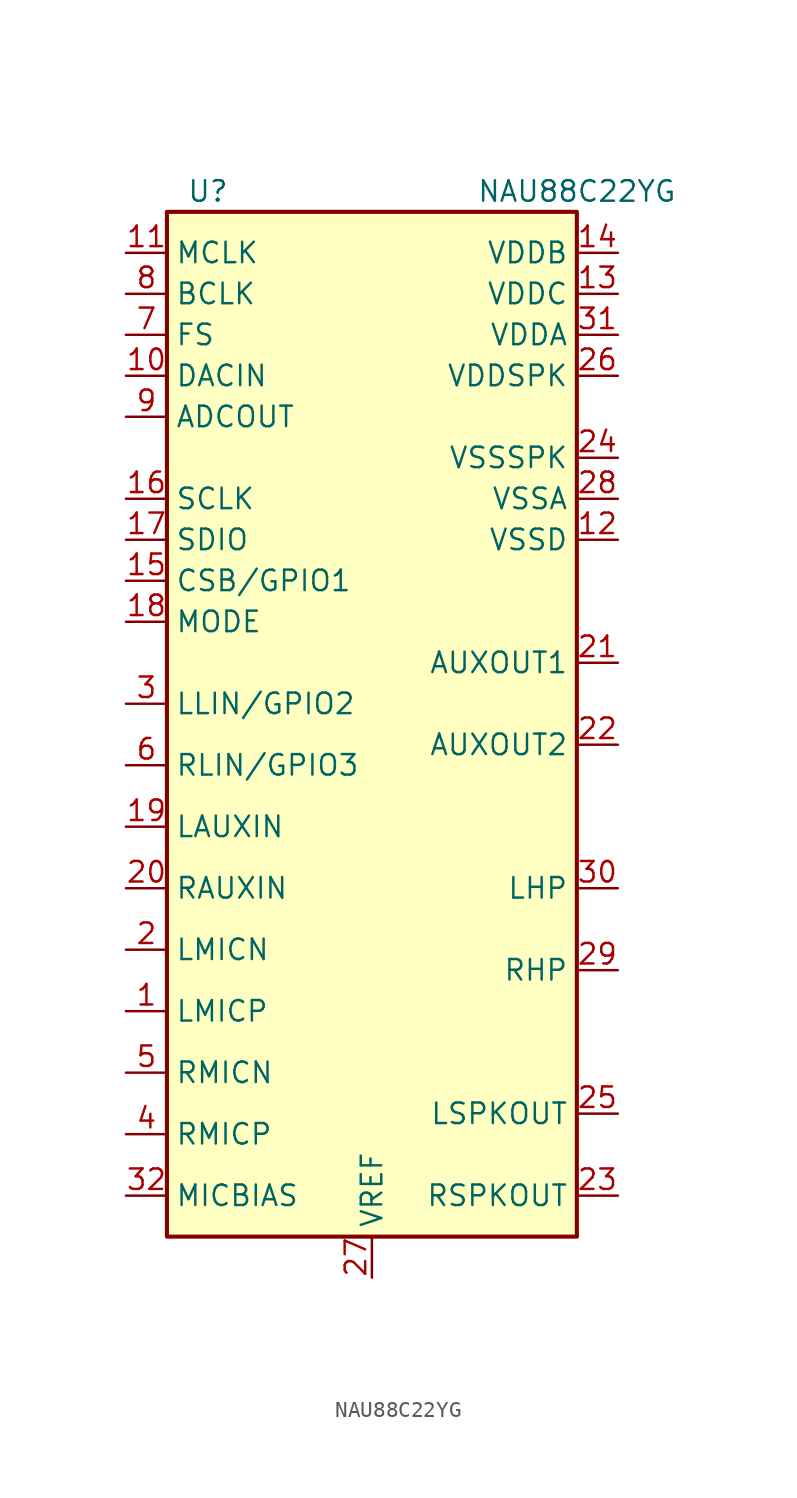
<source format=kicad_sym>
(kicad_symbol_lib
  (version 20241209)
  (generator "kicad_symbol_editor")
  (generator_version "9.0")
  (symbol "NAU88C22YG"
    (property "Reference" "U"
      (at -10.16 31.75 0)
      (effects (font (size 1.27 1.27))))
    (property "Value" "NAU88C22YG"
      (at 12.7 31.75 0)
      (effects (font (size 1.27 1.27))))
    (symbol "NAU88C22YG_0_1"
      (rectangle (start -12.7 30.48) (end 12.7 -33.02) (stroke (width 0.254) (type default)) (fill (type background))))
    (symbol "NAU88C22YG_1_1"
      (pin input line (at -15.24 27.94 0) (length 2.54) (name "MCLK" (effects (font (size 1.27 1.27)))) (number "11" (effects (font (size 1.27 1.27)))))
      (pin bidirectional line (at -15.24 25.4 0) (length 2.54) (name "BCLK" (effects (font (size 1.27 1.27)))) (number "8" (effects (font (size 1.27 1.27)))))
      (pin bidirectional line (at -15.24 22.86 0) (length 2.54) (name "FS" (effects (font (size 1.27 1.27)))) (number "7" (effects (font (size 1.27 1.27)))))
      (pin input line (at -15.24 20.32 0) (length 2.54) (name "DACIN" (effects (font (size 1.27 1.27)))) (number "10" (effects (font (size 1.27 1.27)))))
      (pin output line (at -15.24 17.78 0) (length 2.54) (name "ADCOUT" (effects (font (size 1.27 1.27)))) (number "9" (effects (font (size 1.27 1.27)))))
      (pin input line (at -15.24 12.7 0) (length 2.54) (name "SCLK" (effects (font (size 1.27 1.27)))) (number "16" (effects (font (size 1.27 1.27)))))
      (pin input line (at -15.24 10.16 0) (length 2.54) (name "SDIO" (effects (font (size 1.27 1.27)))) (number "17" (effects (font (size 1.27 1.27)))))
      (pin bidirectional line (at -15.24 7.62 0) (length 2.54) (name "CSB/GPIO1" (effects (font (size 1.27 1.27)))) (number "15" (effects (font (size 1.27 1.27)))))
      (pin input line (at -15.24 5.08 0) (length 2.54) (name "MODE" (effects (font (size 1.27 1.27)))) (number "18" (effects (font (size 1.27 1.27)))))
      (pin bidirectional line (at -15.24 0 0) (length 2.54) (name "LLIN/GPIO2" (effects (font (size 1.27 1.27)))) (number "3" (effects (font (size 1.27 1.27)))))
      (pin bidirectional line (at -15.24 -3.81 0) (length 2.54) (name "RLIN/GPIO3" (effects (font (size 1.27 1.27)))) (number "6" (effects (font (size 1.27 1.27)))))
      (pin input line (at -15.24 -7.62 0) (length 2.54) (name "LAUXIN" (effects (font (size 1.27 1.27)))) (number "19" (effects (font (size 1.27 1.27)))))
      (pin input line (at -15.24 -11.43 0) (length 2.54) (name "RAUXIN" (effects (font (size 1.27 1.27)))) (number "20" (effects (font (size 1.27 1.27)))))
      (pin input line (at -15.24 -15.24 0) (length 2.54) (name "LMICN" (effects (font (size 1.27 1.27)))) (number "2" (effects (font (size 1.27 1.27)))))
      (pin input line (at -15.24 -19.05 0) (length 2.54) (name "LMICP" (effects (font (size 1.27 1.27)))) (number "1" (effects (font (size 1.27 1.27)))))
      (pin input line (at -15.24 -22.86 0) (length 2.54) (name "RMICN" (effects (font (size 1.27 1.27)))) (number "5" (effects (font (size 1.27 1.27)))))
      (pin input line (at -15.24 -26.67 0) (length 2.54) (name "RMICP" (effects (font (size 1.27 1.27)))) (number "4" (effects (font (size 1.27 1.27)))))
      (pin input line (at -15.24 -30.48 0) (length 2.54) (name "MICBIAS" (effects (font (size 1.27 1.27)))) (number "32" (effects (font (size 1.27 1.27)))))
      (pin power_in line (at 0 -35.56 90) (length 2.54) (name "VREF" (effects (font (size 1.27 1.27)))) (number "27" (effects (font (size 1.27 1.27)))))
      (pin power_in line (at 15.24 27.94 180) (length 2.54) (name "VDDB" (effects (font (size 1.27 1.27)))) (number "14" (effects (font (size 1.27 1.27)))))
      (pin power_in line (at 15.24 25.4 180) (length 2.54) (name "VDDC" (effects (font (size 1.27 1.27)))) (number "13" (effects (font (size 1.27 1.27)))))
      (pin power_in line (at 15.24 22.86 180) (length 2.54) (name "VDDA" (effects (font (size 1.27 1.27)))) (number "31" (effects (font (size 1.27 1.27)))))
      (pin power_in line (at 15.24 20.32 180) (length 2.54) (name "VDDSPK" (effects (font (size 1.27 1.27)))) (number "26" (effects (font (size 1.27 1.27)))))
      (pin power_in line (at 15.24 15.24 180) (length 2.54) (name "VSSSPK" (effects (font (size 1.27 1.27)))) (number "24" (effects (font (size 1.27 1.27)))))
      (pin power_in line (at 15.24 12.7 180) (length 2.54) (name "VSSA" (effects (font (size 1.27 1.27)))) (number "28" (effects (font (size 1.27 1.27)))))
      (pin power_in line (at 15.24 10.16 180) (length 2.54) (name "VSSD" (effects (font (size 1.27 1.27)))) (number "12" (effects (font (size 1.27 1.27)))))
      (pin output line (at 15.24 2.54 180) (length 2.54) (name "AUXOUT1" (effects (font (size 1.27 1.27)))) (number "21" (effects (font (size 1.27 1.27)))))
      (pin output line (at 15.24 -2.54 180) (length 2.54) (name "AUXOUT2" (effects (font (size 1.27 1.27)))) (number "22" (effects (font (size 1.27 1.27)))))
      (pin output line (at 15.24 -11.43 180) (length 2.54) (name "LHP" (effects (font (size 1.27 1.27)))) (number "30" (effects (font (size 1.27 1.27)))))
      (pin output line (at 15.24 -16.51 180) (length 2.54) (name "RHP" (effects (font (size 1.27 1.27)))) (number "29" (effects (font (size 1.27 1.27)))))
      (pin output line (at 15.24 -25.4 180) (length 2.54) (name "LSPKOUT" (effects (font (size 1.27 1.27)))) (number "25" (effects (font (size 1.27 1.27)))))
      (pin output line (at 15.24 -30.48 180) (length 2.54) (name "RSPKOUT" (effects (font (size 1.27 1.27)))) (number "23" (effects (font (size 1.27 1.27))))))))
</source>
